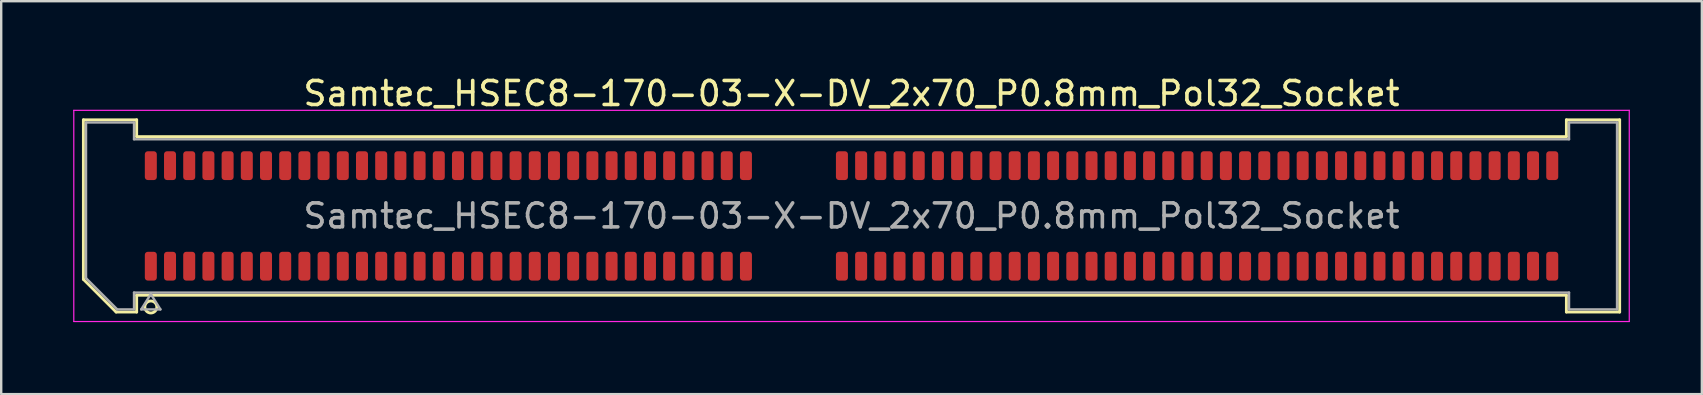
<source format=kicad_pcb>
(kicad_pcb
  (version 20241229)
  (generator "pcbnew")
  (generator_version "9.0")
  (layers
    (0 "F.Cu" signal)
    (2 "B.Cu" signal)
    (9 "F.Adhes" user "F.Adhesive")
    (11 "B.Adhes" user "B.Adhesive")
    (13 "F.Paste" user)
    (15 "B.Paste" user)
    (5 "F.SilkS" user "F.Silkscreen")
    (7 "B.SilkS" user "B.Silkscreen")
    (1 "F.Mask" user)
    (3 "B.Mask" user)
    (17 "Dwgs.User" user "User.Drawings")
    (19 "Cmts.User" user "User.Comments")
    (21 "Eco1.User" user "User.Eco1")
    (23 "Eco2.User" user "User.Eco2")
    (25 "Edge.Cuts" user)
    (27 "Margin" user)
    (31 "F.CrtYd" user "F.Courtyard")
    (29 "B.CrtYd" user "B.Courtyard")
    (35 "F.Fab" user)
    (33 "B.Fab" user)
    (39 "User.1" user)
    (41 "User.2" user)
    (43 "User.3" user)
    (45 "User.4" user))
  (footprint "Samtec_HSEC8-170-03-X-DV_2x70_P0.8mm_Pol32_Socket"
    (layer "F.Cu")
    (at 32.435 5.948)
    (property "Reference" "Samtec_HSEC8-170-03-X-DV_2x70_P0.8mm_Pol32_Socket" (at 0 -5.1 0) (layer "F.SilkS") (effects (font (size 1 1) (thickness 0.15))))
    (attr smd)
    (fp_line (start -32.01 -4.005) (end -29.79 -4.005) (stroke (width 0.12) (type solid)) (layer "F.SilkS"))
    (fp_line (start -32.01 2.641) (end -32.01 -4.005) (stroke (width 0.12) (type solid)) (layer "F.SilkS"))
    (fp_line (start -30.646 4.005) (end -32.01 2.641) (stroke (width 0.12) (type solid)) (layer "F.SilkS"))
    (fp_line (start -29.79 -4.005) (end -29.79 -3.305) (stroke (width 0.12) (type solid)) (layer "F.SilkS"))
    (fp_line (start -29.79 -3.305) (end 29.79 -3.305) (stroke (width 0.12) (type solid)) (layer "F.SilkS"))
    (fp_line (start -29.79 3.305) (end -29.79 4.005) (stroke (width 0.12) (type solid)) (layer "F.SilkS"))
    (fp_line (start -29.79 4.005) (end -30.646 4.005) (stroke (width 0.12) (type solid)) (layer "F.SilkS"))
    (fp_line (start 29.79 -4.005) (end 32.01 -4.005) (stroke (width 0.12) (type solid)) (layer "F.SilkS"))
    (fp_line (start 29.79 -3.305) (end 29.79 -4.005) (stroke (width 0.12) (type solid)) (layer "F.SilkS"))
    (fp_line (start 29.79 3.305) (end -29.79 3.305) (stroke (width 0.12) (type solid)) (layer "F.SilkS"))
    (fp_line (start 29.79 4.005) (end 29.79 3.305) (stroke (width 0.12) (type solid)) (layer "F.SilkS"))
    (fp_line (start 32.01 -4.005) (end 32.01 4.005) (stroke (width 0.12) (type solid)) (layer "F.SilkS"))
    (fp_line (start 32.01 4.005) (end 29.79 4.005) (stroke (width 0.12) (type solid)) (layer "F.SilkS"))
    (fp_arc (start -28.95 3.795) (mid -29.45 3.795) (end -28.95 3.795) (stroke (width 0.12) (type solid)) (layer "F.SilkS"))
    (fp_line (start -32.41 -4.4) (end -32.41 4.4) (stroke (width 0.05) (type solid)) (layer "F.CrtYd"))
    (fp_line (start -32.41 4.4) (end 32.41 4.4) (stroke (width 0.05) (type solid)) (layer "F.CrtYd"))
    (fp_line (start 32.41 -4.4) (end -32.41 -4.4) (stroke (width 0.05) (type solid)) (layer "F.CrtYd"))
    (fp_line (start 32.41 4.4) (end 32.41 -4.4) (stroke (width 0.05) (type solid)) (layer "F.CrtYd"))
    (fp_line (start -31.9 -3.895) (end -29.9 -3.895) (stroke (width 0.1) (type solid)) (layer "F.Fab"))
    (fp_line (start -31.9 2.595) (end -31.9 -3.895) (stroke (width 0.1) (type solid)) (layer "F.Fab"))
    (fp_line (start -30.6 3.895) (end -31.9 2.595) (stroke (width 0.1) (type solid)) (layer "F.Fab"))
    (fp_line (start -29.9 -3.895) (end -29.9 -3.195) (stroke (width 0.1) (type solid)) (layer "F.Fab"))
    (fp_line (start -29.9 -3.195) (end 29.9 -3.195) (stroke (width 0.1) (type solid)) (layer "F.Fab"))
    (fp_line (start -29.9 3.195) (end -29.9 3.895) (stroke (width 0.1) (type solid)) (layer "F.Fab"))
    (fp_line (start -29.9 3.895) (end -30.6 3.895) (stroke (width 0.1) (type solid)) (layer "F.Fab"))
    (fp_line (start -29.6 3.895) (end -29.2 3.255) (stroke (width 0.1) (type solid)) (layer "F.Fab"))
    (fp_line (start -29.2 3.255) (end -28.8 3.895) (stroke (width 0.1) (type solid)) (layer "F.Fab"))
    (fp_line (start -28.8 3.895) (end -29.6 3.895) (stroke (width 0.1) (type solid)) (layer "F.Fab"))
    (fp_line (start 29.9 -3.895) (end 31.9 -3.895) (stroke (width 0.1) (type solid)) (layer "F.Fab"))
    (fp_line (start 29.9 -3.195) (end 29.9 -3.895) (stroke (width 0.1) (type solid)) (layer "F.Fab"))
    (fp_line (start 29.9 3.195) (end -29.9 3.195) (stroke (width 0.1) (type solid)) (layer "F.Fab"))
    (fp_line (start 29.9 3.895) (end 29.9 3.195) (stroke (width 0.1) (type solid)) (layer "F.Fab"))
    (fp_line (start 31.9 -3.895) (end 31.9 3.895) (stroke (width 0.1) (type solid)) (layer "F.Fab"))
    (fp_line (start 31.9 3.895) (end 29.9 3.895) (stroke (width 0.1) (type solid)) (layer "F.Fab"))
    (fp_text user "${REFERENCE}" (at 0 0 0) (layer "F.Fab") (effects (font (size 1 1) (thickness 0.15))))
    (pad "1" smd roundrect (at -29.2 2.095) (size 0.5 1.2) (layers "F.Cu" "F.Mask" "F.Paste") (roundrect_rratio 0.25))
    (pad "2" smd roundrect (at -29.2 -2.095) (size 0.5 1.2) (layers "F.Cu" "F.Mask" "F.Paste") (roundrect_rratio 0.25))
    (pad "3" smd roundrect (at -28.4 2.095) (size 0.5 1.2) (layers "F.Cu" "F.Mask" "F.Paste") (roundrect_rratio 0.25))
    (pad "4" smd roundrect (at -28.4 -2.095) (size 0.5 1.2) (layers "F.Cu" "F.Mask" "F.Paste") (roundrect_rratio 0.25))
    (pad "5" smd roundrect (at -27.6 2.095) (size 0.5 1.2) (layers "F.Cu" "F.Mask" "F.Paste") (roundrect_rratio 0.25))
    (pad "6" smd roundrect (at -27.6 -2.095) (size 0.5 1.2) (layers "F.Cu" "F.Mask" "F.Paste") (roundrect_rratio 0.25))
    (pad "7" smd roundrect (at -26.8 2.095) (size 0.5 1.2) (layers "F.Cu" "F.Mask" "F.Paste") (roundrect_rratio 0.25))
    (pad "8" smd roundrect (at -26.8 -2.095) (size 0.5 1.2) (layers "F.Cu" "F.Mask" "F.Paste") (roundrect_rratio 0.25))
    (pad "9" smd roundrect (at -26 2.095) (size 0.5 1.2) (layers "F.Cu" "F.Mask" "F.Paste") (roundrect_rratio 0.25))
    (pad "10" smd roundrect (at -26 -2.095) (size 0.5 1.2) (layers "F.Cu" "F.Mask" "F.Paste") (roundrect_rratio 0.25))
    (pad "11" smd roundrect (at -25.2 2.095) (size 0.5 1.2) (layers "F.Cu" "F.Mask" "F.Paste") (roundrect_rratio 0.25))
    (pad "12" smd roundrect (at -25.2 -2.095) (size 0.5 1.2) (layers "F.Cu" "F.Mask" "F.Paste") (roundrect_rratio 0.25))
    (pad "13" smd roundrect (at -24.4 2.095) (size 0.5 1.2) (layers "F.Cu" "F.Mask" "F.Paste") (roundrect_rratio 0.25))
    (pad "14" smd roundrect (at -24.4 -2.095) (size 0.5 1.2) (layers "F.Cu" "F.Mask" "F.Paste") (roundrect_rratio 0.25))
    (pad "15" smd roundrect (at -23.6 2.095) (size 0.5 1.2) (layers "F.Cu" "F.Mask" "F.Paste") (roundrect_rratio 0.25))
    (pad "16" smd roundrect (at -23.6 -2.095) (size 0.5 1.2) (layers "F.Cu" "F.Mask" "F.Paste") (roundrect_rratio 0.25))
    (pad "17" smd roundrect (at -22.8 2.095) (size 0.5 1.2) (layers "F.Cu" "F.Mask" "F.Paste") (roundrect_rratio 0.25))
    (pad "18" smd roundrect (at -22.8 -2.095) (size 0.5 1.2) (layers "F.Cu" "F.Mask" "F.Paste") (roundrect_rratio 0.25))
    (pad "19" smd roundrect (at -22 2.095) (size 0.5 1.2) (layers "F.Cu" "F.Mask" "F.Paste") (roundrect_rratio 0.25))
    (pad "20" smd roundrect (at -22 -2.095) (size 0.5 1.2) (layers "F.Cu" "F.Mask" "F.Paste") (roundrect_rratio 0.25))
    (pad "21" smd roundrect (at -21.2 2.095) (size 0.5 1.2) (layers "F.Cu" "F.Mask" "F.Paste") (roundrect_rratio 0.25))
    (pad "22" smd roundrect (at -21.2 -2.095) (size 0.5 1.2) (layers "F.Cu" "F.Mask" "F.Paste") (roundrect_rratio 0.25))
    (pad "23" smd roundrect (at -20.4 2.095) (size 0.5 1.2) (layers "F.Cu" "F.Mask" "F.Paste") (roundrect_rratio 0.25))
    (pad "24" smd roundrect (at -20.4 -2.095) (size 0.5 1.2) (layers "F.Cu" "F.Mask" "F.Paste") (roundrect_rratio 0.25))
    (pad "25" smd roundrect (at -19.6 2.095) (size 0.5 1.2) (layers "F.Cu" "F.Mask" "F.Paste") (roundrect_rratio 0.25))
    (pad "26" smd roundrect (at -19.6 -2.095) (size 0.5 1.2) (layers "F.Cu" "F.Mask" "F.Paste") (roundrect_rratio 0.25))
    (pad "27" smd roundrect (at -18.8 2.095) (size 0.5 1.2) (layers "F.Cu" "F.Mask" "F.Paste") (roundrect_rratio 0.25))
    (pad "28" smd roundrect (at -18.8 -2.095) (size 0.5 1.2) (layers "F.Cu" "F.Mask" "F.Paste") (roundrect_rratio 0.25))
    (pad "29" smd roundrect (at -18 2.095) (size 0.5 1.2) (layers "F.Cu" "F.Mask" "F.Paste") (roundrect_rratio 0.25))
    (pad "30" smd roundrect (at -18 -2.095) (size 0.5 1.2) (layers "F.Cu" "F.Mask" "F.Paste") (roundrect_rratio 0.25))
    (pad "31" smd roundrect (at -17.2 2.095) (size 0.5 1.2) (layers "F.Cu" "F.Mask" "F.Paste") (roundrect_rratio 0.25))
    (pad "32" smd roundrect (at -17.2 -2.095) (size 0.5 1.2) (layers "F.Cu" "F.Mask" "F.Paste") (roundrect_rratio 0.25))
    (pad "33" smd roundrect (at -16.4 2.095) (size 0.5 1.2) (layers "F.Cu" "F.Mask" "F.Paste") (roundrect_rratio 0.25))
    (pad "34" smd roundrect (at -16.4 -2.095) (size 0.5 1.2) (layers "F.Cu" "F.Mask" "F.Paste") (roundrect_rratio 0.25))
    (pad "35" smd roundrect (at -15.6 2.095) (size 0.5 1.2) (layers "F.Cu" "F.Mask" "F.Paste") (roundrect_rratio 0.25))
    (pad "36" smd roundrect (at -15.6 -2.095) (size 0.5 1.2) (layers "F.Cu" "F.Mask" "F.Paste") (roundrect_rratio 0.25))
    (pad "37" smd roundrect (at -14.8 2.095) (size 0.5 1.2) (layers "F.Cu" "F.Mask" "F.Paste") (roundrect_rratio 0.25))
    (pad "38" smd roundrect (at -14.8 -2.095) (size 0.5 1.2) (layers "F.Cu" "F.Mask" "F.Paste") (roundrect_rratio 0.25))
    (pad "39" smd roundrect (at -14 2.095) (size 0.5 1.2) (layers "F.Cu" "F.Mask" "F.Paste") (roundrect_rratio 0.25))
    (pad "40" smd roundrect (at -14 -2.095) (size 0.5 1.2) (layers "F.Cu" "F.Mask" "F.Paste") (roundrect_rratio 0.25))
    (pad "41" smd roundrect (at -13.2 2.095) (size 0.5 1.2) (layers "F.Cu" "F.Mask" "F.Paste") (roundrect_rratio 0.25))
    (pad "42" smd roundrect (at -13.2 -2.095) (size 0.5 1.2) (layers "F.Cu" "F.Mask" "F.Paste") (roundrect_rratio 0.25))
    (pad "43" smd roundrect (at -12.4 2.095) (size 0.5 1.2) (layers "F.Cu" "F.Mask" "F.Paste") (roundrect_rratio 0.25))
    (pad "44" smd roundrect (at -12.4 -2.095) (size 0.5 1.2) (layers "F.Cu" "F.Mask" "F.Paste") (roundrect_rratio 0.25))
    (pad "45" smd roundrect (at -11.6 2.095) (size 0.5 1.2) (layers "F.Cu" "F.Mask" "F.Paste") (roundrect_rratio 0.25))
    (pad "46" smd roundrect (at -11.6 -2.095) (size 0.5 1.2) (layers "F.Cu" "F.Mask" "F.Paste") (roundrect_rratio 0.25))
    (pad "47" smd roundrect (at -10.8 2.095) (size 0.5 1.2) (layers "F.Cu" "F.Mask" "F.Paste") (roundrect_rratio 0.25))
    (pad "48" smd roundrect (at -10.8 -2.095) (size 0.5 1.2) (layers "F.Cu" "F.Mask" "F.Paste") (roundrect_rratio 0.25))
    (pad "49" smd roundrect (at -10 2.095) (size 0.5 1.2) (layers "F.Cu" "F.Mask" "F.Paste") (roundrect_rratio 0.25))
    (pad "50" smd roundrect (at -10 -2.095) (size 0.5 1.2) (layers "F.Cu" "F.Mask" "F.Paste") (roundrect_rratio 0.25))
    (pad "51" smd roundrect (at -9.2 2.095) (size 0.5 1.2) (layers "F.Cu" "F.Mask" "F.Paste") (roundrect_rratio 0.25))
    (pad "52" smd roundrect (at -9.2 -2.095) (size 0.5 1.2) (layers "F.Cu" "F.Mask" "F.Paste") (roundrect_rratio 0.25))
    (pad "53" smd roundrect (at -8.4 2.095) (size 0.5 1.2) (layers "F.Cu" "F.Mask" "F.Paste") (roundrect_rratio 0.25))
    (pad "54" smd roundrect (at -8.4 -2.095) (size 0.5 1.2) (layers "F.Cu" "F.Mask" "F.Paste") (roundrect_rratio 0.25))
    (pad "55" smd roundrect (at -7.6 2.095) (size 0.5 1.2) (layers "F.Cu" "F.Mask" "F.Paste") (roundrect_rratio 0.25))
    (pad "56" smd roundrect (at -7.6 -2.095) (size 0.5 1.2) (layers "F.Cu" "F.Mask" "F.Paste") (roundrect_rratio 0.25))
    (pad "57" smd roundrect (at -6.8 2.095) (size 0.5 1.2) (layers "F.Cu" "F.Mask" "F.Paste") (roundrect_rratio 0.25))
    (pad "58" smd roundrect (at -6.8 -2.095) (size 0.5 1.2) (layers "F.Cu" "F.Mask" "F.Paste") (roundrect_rratio 0.25))
    (pad "59" smd roundrect (at -6 2.095) (size 0.5 1.2) (layers "F.Cu" "F.Mask" "F.Paste") (roundrect_rratio 0.25))
    (pad "60" smd roundrect (at -6 -2.095) (size 0.5 1.2) (layers "F.Cu" "F.Mask" "F.Paste") (roundrect_rratio 0.25))
    (pad "61" smd roundrect (at -5.2 2.095) (size 0.5 1.2) (layers "F.Cu" "F.Mask" "F.Paste") (roundrect_rratio 0.25))
    (pad "62" smd roundrect (at -5.2 -2.095) (size 0.5 1.2) (layers "F.Cu" "F.Mask" "F.Paste") (roundrect_rratio 0.25))
    (pad "63" smd roundrect (at -4.4 2.095) (size 0.5 1.2) (layers "F.Cu" "F.Mask" "F.Paste") (roundrect_rratio 0.25))
    (pad "64" smd roundrect (at -4.4 -2.095) (size 0.5 1.2) (layers "F.Cu" "F.Mask" "F.Paste") (roundrect_rratio 0.25))
    (pad "65" smd roundrect (at -0.4 2.095) (size 0.5 1.2) (layers "F.Cu" "F.Mask" "F.Paste") (roundrect_rratio 0.25))
    (pad "66" smd roundrect (at -0.4 -2.095) (size 0.5 1.2) (layers "F.Cu" "F.Mask" "F.Paste") (roundrect_rratio 0.25))
    (pad "67" smd roundrect (at 0.4 2.095) (size 0.5 1.2) (layers "F.Cu" "F.Mask" "F.Paste") (roundrect_rratio 0.25))
    (pad "68" smd roundrect (at 0.4 -2.095) (size 0.5 1.2) (layers "F.Cu" "F.Mask" "F.Paste") (roundrect_rratio 0.25))
    (pad "69" smd roundrect (at 1.2 2.095) (size 0.5 1.2) (layers "F.Cu" "F.Mask" "F.Paste") (roundrect_rratio 0.25))
    (pad "70" smd roundrect (at 1.2 -2.095) (size 0.5 1.2) (layers "F.Cu" "F.Mask" "F.Paste") (roundrect_rratio 0.25))
    (pad "71" smd roundrect (at 2 2.095) (size 0.5 1.2) (layers "F.Cu" "F.Mask" "F.Paste") (roundrect_rratio 0.25))
    (pad "72" smd roundrect (at 2 -2.095) (size 0.5 1.2) (layers "F.Cu" "F.Mask" "F.Paste") (roundrect_rratio 0.25))
    (pad "73" smd roundrect (at 2.8 2.095) (size 0.5 1.2) (layers "F.Cu" "F.Mask" "F.Paste") (roundrect_rratio 0.25))
    (pad "74" smd roundrect (at 2.8 -2.095) (size 0.5 1.2) (layers "F.Cu" "F.Mask" "F.Paste") (roundrect_rratio 0.25))
    (pad "75" smd roundrect (at 3.6 2.095) (size 0.5 1.2) (layers "F.Cu" "F.Mask" "F.Paste") (roundrect_rratio 0.25))
    (pad "76" smd roundrect (at 3.6 -2.095) (size 0.5 1.2) (layers "F.Cu" "F.Mask" "F.Paste") (roundrect_rratio 0.25))
    (pad "77" smd roundrect (at 4.4 2.095) (size 0.5 1.2) (layers "F.Cu" "F.Mask" "F.Paste") (roundrect_rratio 0.25))
    (pad "78" smd roundrect (at 4.4 -2.095) (size 0.5 1.2) (layers "F.Cu" "F.Mask" "F.Paste") (roundrect_rratio 0.25))
    (pad "79" smd roundrect (at 5.2 2.095) (size 0.5 1.2) (layers "F.Cu" "F.Mask" "F.Paste") (roundrect_rratio 0.25))
    (pad "80" smd roundrect (at 5.2 -2.095) (size 0.5 1.2) (layers "F.Cu" "F.Mask" "F.Paste") (roundrect_rratio 0.25))
    (pad "81" smd roundrect (at 6 2.095) (size 0.5 1.2) (layers "F.Cu" "F.Mask" "F.Paste") (roundrect_rratio 0.25))
    (pad "82" smd roundrect (at 6 -2.095) (size 0.5 1.2) (layers "F.Cu" "F.Mask" "F.Paste") (roundrect_rratio 0.25))
    (pad "83" smd roundrect (at 6.8 2.095) (size 0.5 1.2) (layers "F.Cu" "F.Mask" "F.Paste") (roundrect_rratio 0.25))
    (pad "84" smd roundrect (at 6.8 -2.095) (size 0.5 1.2) (layers "F.Cu" "F.Mask" "F.Paste") (roundrect_rratio 0.25))
    (pad "85" smd roundrect (at 7.6 2.095) (size 0.5 1.2) (layers "F.Cu" "F.Mask" "F.Paste") (roundrect_rratio 0.25))
    (pad "86" smd roundrect (at 7.6 -2.095) (size 0.5 1.2) (layers "F.Cu" "F.Mask" "F.Paste") (roundrect_rratio 0.25))
    (pad "87" smd roundrect (at 8.4 2.095) (size 0.5 1.2) (layers "F.Cu" "F.Mask" "F.Paste") (roundrect_rratio 0.25))
    (pad "88" smd roundrect (at 8.4 -2.095) (size 0.5 1.2) (layers "F.Cu" "F.Mask" "F.Paste") (roundrect_rratio 0.25))
    (pad "89" smd roundrect (at 9.2 2.095) (size 0.5 1.2) (layers "F.Cu" "F.Mask" "F.Paste") (roundrect_rratio 0.25))
    (pad "90" smd roundrect (at 9.2 -2.095) (size 0.5 1.2) (layers "F.Cu" "F.Mask" "F.Paste") (roundrect_rratio 0.25))
    (pad "91" smd roundrect (at 10 2.095) (size 0.5 1.2) (layers "F.Cu" "F.Mask" "F.Paste") (roundrect_rratio 0.25))
    (pad "92" smd roundrect (at 10 -2.095) (size 0.5 1.2) (layers "F.Cu" "F.Mask" "F.Paste") (roundrect_rratio 0.25))
    (pad "93" smd roundrect (at 10.8 2.095) (size 0.5 1.2) (layers "F.Cu" "F.Mask" "F.Paste") (roundrect_rratio 0.25))
    (pad "94" smd roundrect (at 10.8 -2.095) (size 0.5 1.2) (layers "F.Cu" "F.Mask" "F.Paste") (roundrect_rratio 0.25))
    (pad "95" smd roundrect (at 11.6 2.095) (size 0.5 1.2) (layers "F.Cu" "F.Mask" "F.Paste") (roundrect_rratio 0.25))
    (pad "96" smd roundrect (at 11.6 -2.095) (size 0.5 1.2) (layers "F.Cu" "F.Mask" "F.Paste") (roundrect_rratio 0.25))
    (pad "97" smd roundrect (at 12.4 2.095) (size 0.5 1.2) (layers "F.Cu" "F.Mask" "F.Paste") (roundrect_rratio 0.25))
    (pad "98" smd roundrect (at 12.4 -2.095) (size 0.5 1.2) (layers "F.Cu" "F.Mask" "F.Paste") (roundrect_rratio 0.25))
    (pad "99" smd roundrect (at 13.2 2.095) (size 0.5 1.2) (layers "F.Cu" "F.Mask" "F.Paste") (roundrect_rratio 0.25))
    (pad "100" smd roundrect (at 13.2 -2.095) (size 0.5 1.2) (layers "F.Cu" "F.Mask" "F.Paste") (roundrect_rratio 0.25))
    (pad "101" smd roundrect (at 14 2.095) (size 0.5 1.2) (layers "F.Cu" "F.Mask" "F.Paste") (roundrect_rratio 0.25))
    (pad "102" smd roundrect (at 14 -2.095) (size 0.5 1.2) (layers "F.Cu" "F.Mask" "F.Paste") (roundrect_rratio 0.25))
    (pad "103" smd roundrect (at 14.8 2.095) (size 0.5 1.2) (layers "F.Cu" "F.Mask" "F.Paste") (roundrect_rratio 0.25))
    (pad "104" smd roundrect (at 14.8 -2.095) (size 0.5 1.2) (layers "F.Cu" "F.Mask" "F.Paste") (roundrect_rratio 0.25))
    (pad "105" smd roundrect (at 15.6 2.095) (size 0.5 1.2) (layers "F.Cu" "F.Mask" "F.Paste") (roundrect_rratio 0.25))
    (pad "106" smd roundrect (at 15.6 -2.095) (size 0.5 1.2) (layers "F.Cu" "F.Mask" "F.Paste") (roundrect_rratio 0.25))
    (pad "107" smd roundrect (at 16.4 2.095) (size 0.5 1.2) (layers "F.Cu" "F.Mask" "F.Paste") (roundrect_rratio 0.25))
    (pad "108" smd roundrect (at 16.4 -2.095) (size 0.5 1.2) (layers "F.Cu" "F.Mask" "F.Paste") (roundrect_rratio 0.25))
    (pad "109" smd roundrect (at 17.2 2.095) (size 0.5 1.2) (layers "F.Cu" "F.Mask" "F.Paste") (roundrect_rratio 0.25))
    (pad "110" smd roundrect (at 17.2 -2.095) (size 0.5 1.2) (layers "F.Cu" "F.Mask" "F.Paste") (roundrect_rratio 0.25))
    (pad "111" smd roundrect (at 18 2.095) (size 0.5 1.2) (layers "F.Cu" "F.Mask" "F.Paste") (roundrect_rratio 0.25))
    (pad "112" smd roundrect (at 18 -2.095) (size 0.5 1.2) (layers "F.Cu" "F.Mask" "F.Paste") (roundrect_rratio 0.25))
    (pad "113" smd roundrect (at 18.8 2.095) (size 0.5 1.2) (layers "F.Cu" "F.Mask" "F.Paste") (roundrect_rratio 0.25))
    (pad "114" smd roundrect (at 18.8 -2.095) (size 0.5 1.2) (layers "F.Cu" "F.Mask" "F.Paste") (roundrect_rratio 0.25))
    (pad "115" smd roundrect (at 19.6 2.095) (size 0.5 1.2) (layers "F.Cu" "F.Mask" "F.Paste") (roundrect_rratio 0.25))
    (pad "116" smd roundrect (at 19.6 -2.095) (size 0.5 1.2) (layers "F.Cu" "F.Mask" "F.Paste") (roundrect_rratio 0.25))
    (pad "117" smd roundrect (at 20.4 2.095) (size 0.5 1.2) (layers "F.Cu" "F.Mask" "F.Paste") (roundrect_rratio 0.25))
    (pad "118" smd roundrect (at 20.4 -2.095) (size 0.5 1.2) (layers "F.Cu" "F.Mask" "F.Paste") (roundrect_rratio 0.25))
    (pad "119" smd roundrect (at 21.2 2.095) (size 0.5 1.2) (layers "F.Cu" "F.Mask" "F.Paste") (roundrect_rratio 0.25))
    (pad "120" smd roundrect (at 21.2 -2.095) (size 0.5 1.2) (layers "F.Cu" "F.Mask" "F.Paste") (roundrect_rratio 0.25))
    (pad "121" smd roundrect (at 22 2.095) (size 0.5 1.2) (layers "F.Cu" "F.Mask" "F.Paste") (roundrect_rratio 0.25))
    (pad "122" smd roundrect (at 22 -2.095) (size 0.5 1.2) (layers "F.Cu" "F.Mask" "F.Paste") (roundrect_rratio 0.25))
    (pad "123" smd roundrect (at 22.8 2.095) (size 0.5 1.2) (layers "F.Cu" "F.Mask" "F.Paste") (roundrect_rratio 0.25))
    (pad "124" smd roundrect (at 22.8 -2.095) (size 0.5 1.2) (layers "F.Cu" "F.Mask" "F.Paste") (roundrect_rratio 0.25))
    (pad "125" smd roundrect (at 23.6 2.095) (size 0.5 1.2) (layers "F.Cu" "F.Mask" "F.Paste") (roundrect_rratio 0.25))
    (pad "126" smd roundrect (at 23.6 -2.095) (size 0.5 1.2) (layers "F.Cu" "F.Mask" "F.Paste") (roundrect_rratio 0.25))
    (pad "127" smd roundrect (at 24.4 2.095) (size 0.5 1.2) (layers "F.Cu" "F.Mask" "F.Paste") (roundrect_rratio 0.25))
    (pad "128" smd roundrect (at 24.4 -2.095) (size 0.5 1.2) (layers "F.Cu" "F.Mask" "F.Paste") (roundrect_rratio 0.25))
    (pad "129" smd roundrect (at 25.2 2.095) (size 0.5 1.2) (layers "F.Cu" "F.Mask" "F.Paste") (roundrect_rratio 0.25))
    (pad "130" smd roundrect (at 25.2 -2.095) (size 0.5 1.2) (layers "F.Cu" "F.Mask" "F.Paste") (roundrect_rratio 0.25))
    (pad "131" smd roundrect (at 26 2.095) (size 0.5 1.2) (layers "F.Cu" "F.Mask" "F.Paste") (roundrect_rratio 0.25))
    (pad "132" smd roundrect (at 26 -2.095) (size 0.5 1.2) (layers "F.Cu" "F.Mask" "F.Paste") (roundrect_rratio 0.25))
    (pad "133" smd roundrect (at 26.8 2.095) (size 0.5 1.2) (layers "F.Cu" "F.Mask" "F.Paste") (roundrect_rratio 0.25))
    (pad "134" smd roundrect (at 26.8 -2.095) (size 0.5 1.2) (layers "F.Cu" "F.Mask" "F.Paste") (roundrect_rratio 0.25))
    (pad "135" smd roundrect (at 27.6 2.095) (size 0.5 1.2) (layers "F.Cu" "F.Mask" "F.Paste") (roundrect_rratio 0.25))
    (pad "136" smd roundrect (at 27.6 -2.095) (size 0.5 1.2) (layers "F.Cu" "F.Mask" "F.Paste") (roundrect_rratio 0.25))
    (pad "137" smd roundrect (at 28.4 2.095) (size 0.5 1.2) (layers "F.Cu" "F.Mask" "F.Paste") (roundrect_rratio 0.25))
    (pad "138" smd roundrect (at 28.4 -2.095) (size 0.5 1.2) (layers "F.Cu" "F.Mask" "F.Paste") (roundrect_rratio 0.25))
    (pad "139" smd roundrect (at 29.2 2.095) (size 0.5 1.2) (layers "F.Cu" "F.Mask" "F.Paste") (roundrect_rratio 0.25))
    (pad "140" smd roundrect (at 29.2 -2.095) (size 0.5 1.2) (layers "F.Cu" "F.Mask" "F.Paste") (roundrect_rratio 0.25)))
  (gr_rect
    (start -3 -3)
    (end 67.87 13.373)
    (stroke (width 0.1) (type default))
    (fill no)
    (layer "Edge.Cuts")))
</source>
